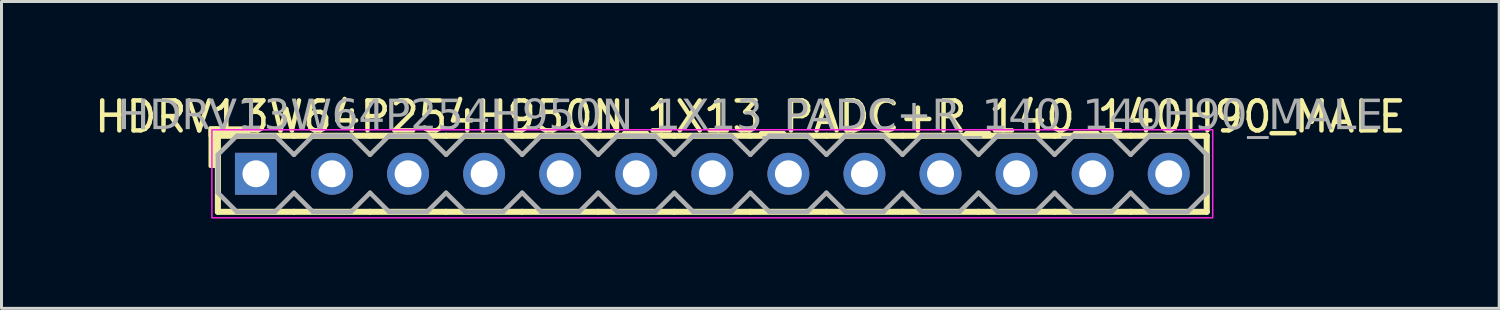
<source format=kicad_pcb>
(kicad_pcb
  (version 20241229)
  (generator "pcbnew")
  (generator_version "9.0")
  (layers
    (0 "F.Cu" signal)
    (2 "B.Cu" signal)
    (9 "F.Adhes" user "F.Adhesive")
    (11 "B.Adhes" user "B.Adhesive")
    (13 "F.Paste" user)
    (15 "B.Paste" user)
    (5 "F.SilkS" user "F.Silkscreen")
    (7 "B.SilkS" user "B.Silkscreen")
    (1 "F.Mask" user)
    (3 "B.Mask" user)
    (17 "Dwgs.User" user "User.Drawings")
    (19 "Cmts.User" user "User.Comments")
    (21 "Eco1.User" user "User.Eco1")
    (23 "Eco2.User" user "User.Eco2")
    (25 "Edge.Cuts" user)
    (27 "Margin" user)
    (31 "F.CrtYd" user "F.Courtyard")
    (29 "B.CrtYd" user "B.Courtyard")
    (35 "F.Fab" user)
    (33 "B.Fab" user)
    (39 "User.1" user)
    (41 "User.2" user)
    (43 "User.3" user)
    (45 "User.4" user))
  (footprint "HDRV13W64P254H950N_1X13_PADC+R_140_140H90_MALE"
    (layer "F.Cu")
    (at 20.736 2.753)
    (property "Reference" "HDRV13W64P254H950N_1X13_PADC+R_140_140H90_MALE" (at 1.27 -1.905 0) (layer "F.SilkS") (effects (font (size 1 1) (thickness 0.15))))
    (attr through_hole)
    (fp_line (start -16.51 1.27) (end -16.51 -1.27) (stroke (width 0.203) (type solid)) (layer "F.SilkS"))
    (fp_line (start -13.97 -1.27) (end -16.51 -1.27) (stroke (width 0.203) (type solid)) (layer "F.SilkS"))
    (fp_line (start -13.97 1.27) (end -16.51 1.27) (stroke (width 0.203) (type solid)) (layer "F.SilkS"))
    (fp_line (start -11.43 -1.27) (end -13.97 -1.27) (stroke (width 0.203) (type solid)) (layer "F.SilkS"))
    (fp_line (start -11.43 1.27) (end -13.97 1.27) (stroke (width 0.203) (type solid)) (layer "F.SilkS"))
    (fp_line (start -8.89 -1.27) (end -11.43 -1.27) (stroke (width 0.203) (type solid)) (layer "F.SilkS"))
    (fp_line (start -8.89 1.27) (end -11.43 1.27) (stroke (width 0.203) (type solid)) (layer "F.SilkS"))
    (fp_line (start -6.35 -1.27) (end -8.89 -1.27) (stroke (width 0.203) (type solid)) (layer "F.SilkS"))
    (fp_line (start -6.35 1.27) (end -8.89 1.27) (stroke (width 0.203) (type solid)) (layer "F.SilkS"))
    (fp_line (start -3.81 -1.27) (end -6.35 -1.27) (stroke (width 0.203) (type solid)) (layer "F.SilkS"))
    (fp_line (start -3.81 1.27) (end -6.35 1.27) (stroke (width 0.203) (type solid)) (layer "F.SilkS"))
    (fp_line (start -1.27 -1.27) (end -3.81 -1.27) (stroke (width 0.203) (type solid)) (layer "F.SilkS"))
    (fp_line (start -1.27 1.27) (end -3.81 1.27) (stroke (width 0.203) (type solid)) (layer "F.SilkS"))
    (fp_line (start 1.27 -1.27) (end -1.27 -1.27) (stroke (width 0.203) (type solid)) (layer "F.SilkS"))
    (fp_line (start 1.27 1.27) (end -1.27 1.27) (stroke (width 0.203) (type solid)) (layer "F.SilkS"))
    (fp_line (start 3.81 -1.27) (end 1.27 -1.27) (stroke (width 0.203) (type solid)) (layer "F.SilkS"))
    (fp_line (start 3.81 1.27) (end 1.27 1.27) (stroke (width 0.203) (type solid)) (layer "F.SilkS"))
    (fp_line (start 6.35 -1.27) (end 3.81 -1.27) (stroke (width 0.203) (type solid)) (layer "F.SilkS"))
    (fp_line (start 6.35 1.27) (end 3.81 1.27) (stroke (width 0.203) (type solid)) (layer "F.SilkS"))
    (fp_line (start 8.89 -1.27) (end 6.35 -1.27) (stroke (width 0.203) (type solid)) (layer "F.SilkS"))
    (fp_line (start 8.89 1.27) (end 6.35 1.27) (stroke (width 0.203) (type solid)) (layer "F.SilkS"))
    (fp_line (start 11.43 -1.27) (end 8.89 -1.27) (stroke (width 0.203) (type solid)) (layer "F.SilkS"))
    (fp_line (start 11.43 1.27) (end 8.89 1.27) (stroke (width 0.203) (type solid)) (layer "F.SilkS"))
    (fp_line (start 13.97 -1.27) (end 11.43 -1.27) (stroke (width 0.203) (type solid)) (layer "F.SilkS"))
    (fp_line (start 13.97 1.27) (end 11.43 1.27) (stroke (width 0.203) (type solid)) (layer "F.SilkS"))
    (fp_line (start 16.51 -1.27) (end 13.97 -1.27) (stroke (width 0.203) (type solid)) (layer "F.SilkS"))
    (fp_line (start 16.51 1.27) (end 13.97 1.27) (stroke (width 0.203) (type solid)) (layer "F.SilkS"))
    (fp_line (start 16.51 1.27) (end 16.51 -1.27) (stroke (width 0.203) (type solid)) (layer "F.SilkS"))
    (fp_rect (start -16.764 -0.254) (end -16.51 -1.524) (stroke (width 0.12) (type solid)) (fill yes) (layer "F.SilkS"))
    (fp_rect (start -15.494 -1.27) (end -16.764 -1.524) (stroke (width 0.12) (type solid)) (fill yes) (layer "F.SilkS"))
    (fp_rect (start -16.71 -1.47) (end 16.71 1.47) (stroke (width 0.05) (type default)) (fill no) (layer "F.CrtYd"))
    (fp_line (start -16.51 -0.635) (end -16.51 0.635) (stroke (width 0.152) (type solid)) (layer "F.Fab"))
    (fp_line (start -16.51 -0.635) (end -15.875 -1.27) (stroke (width 0.152) (type solid)) (layer "F.Fab"))
    (fp_line (start -15.875 -1.27) (end -14.605 -1.27) (stroke (width 0.152) (type solid)) (layer "F.Fab"))
    (fp_line (start -15.875 1.27) (end -16.51 0.635) (stroke (width 0.152) (type solid)) (layer "F.Fab"))
    (fp_line (start -14.605 -1.27) (end -13.97 -0.635) (stroke (width 0.152) (type solid)) (layer "F.Fab"))
    (fp_line (start -14.605 1.27) (end -15.875 1.27) (stroke (width 0.152) (type solid)) (layer "F.Fab"))
    (fp_line (start -13.97 -0.635) (end -13.335 -1.27) (stroke (width 0.152) (type solid)) (layer "F.Fab"))
    (fp_line (start -13.97 0.635) (end -14.605 1.27) (stroke (width 0.152) (type solid)) (layer "F.Fab"))
    (fp_line (start -13.335 -1.27) (end -12.065 -1.27) (stroke (width 0.152) (type solid)) (layer "F.Fab"))
    (fp_line (start -13.335 1.27) (end -13.97 0.635) (stroke (width 0.152) (type solid)) (layer "F.Fab"))
    (fp_line (start -12.065 -1.27) (end -11.43 -0.635) (stroke (width 0.152) (type solid)) (layer "F.Fab"))
    (fp_line (start -12.065 1.27) (end -13.335 1.27) (stroke (width 0.152) (type solid)) (layer "F.Fab"))
    (fp_line (start -11.43 -0.635) (end -10.795 -1.27) (stroke (width 0.152) (type solid)) (layer "F.Fab"))
    (fp_line (start -11.43 0.635) (end -12.065 1.27) (stroke (width 0.152) (type solid)) (layer "F.Fab"))
    (fp_line (start -10.795 -1.27) (end -9.525 -1.27) (stroke (width 0.152) (type solid)) (layer "F.Fab"))
    (fp_line (start -10.795 1.27) (end -11.43 0.635) (stroke (width 0.152) (type solid)) (layer "F.Fab"))
    (fp_line (start -9.525 -1.27) (end -8.89 -0.635) (stroke (width 0.152) (type solid)) (layer "F.Fab"))
    (fp_line (start -9.525 1.27) (end -10.795 1.27) (stroke (width 0.152) (type solid)) (layer "F.Fab"))
    (fp_line (start -8.89 -0.635) (end -8.255 -1.27) (stroke (width 0.152) (type solid)) (layer "F.Fab"))
    (fp_line (start -8.89 0.635) (end -9.525 1.27) (stroke (width 0.152) (type solid)) (layer "F.Fab"))
    (fp_line (start -8.255 -1.27) (end -6.985 -1.27) (stroke (width 0.152) (type solid)) (layer "F.Fab"))
    (fp_line (start -8.255 1.27) (end -8.89 0.635) (stroke (width 0.152) (type solid)) (layer "F.Fab"))
    (fp_line (start -6.985 -1.27) (end -6.35 -0.635) (stroke (width 0.152) (type solid)) (layer "F.Fab"))
    (fp_line (start -6.985 1.27) (end -8.255 1.27) (stroke (width 0.152) (type solid)) (layer "F.Fab"))
    (fp_line (start -6.35 -0.635) (end -5.715 -1.27) (stroke (width 0.152) (type solid)) (layer "F.Fab"))
    (fp_line (start -6.35 0.635) (end -6.985 1.27) (stroke (width 0.152) (type solid)) (layer "F.Fab"))
    (fp_line (start -5.715 -1.27) (end -4.445 -1.27) (stroke (width 0.152) (type solid)) (layer "F.Fab"))
    (fp_line (start -5.715 1.27) (end -6.35 0.635) (stroke (width 0.152) (type solid)) (layer "F.Fab"))
    (fp_line (start -4.445 -1.27) (end -3.81 -0.635) (stroke (width 0.152) (type solid)) (layer "F.Fab"))
    (fp_line (start -4.445 1.27) (end -5.715 1.27) (stroke (width 0.152) (type solid)) (layer "F.Fab"))
    (fp_line (start -3.81 -0.635) (end -3.175 -1.27) (stroke (width 0.152) (type solid)) (layer "F.Fab"))
    (fp_line (start -3.81 0.635) (end -4.445 1.27) (stroke (width 0.152) (type solid)) (layer "F.Fab"))
    (fp_line (start -3.175 -1.27) (end -1.905 -1.27) (stroke (width 0.152) (type solid)) (layer "F.Fab"))
    (fp_line (start -3.175 1.27) (end -3.81 0.635) (stroke (width 0.152) (type solid)) (layer "F.Fab"))
    (fp_line (start -1.905 -1.27) (end -1.27 -0.635) (stroke (width 0.152) (type solid)) (layer "F.Fab"))
    (fp_line (start -1.905 1.27) (end -3.175 1.27) (stroke (width 0.152) (type solid)) (layer "F.Fab"))
    (fp_line (start -1.27 -0.635) (end -0.635 -1.27) (stroke (width 0.152) (type solid)) (layer "F.Fab"))
    (fp_line (start -1.27 0.635) (end -1.905 1.27) (stroke (width 0.152) (type solid)) (layer "F.Fab"))
    (fp_line (start -0.635 -1.27) (end 0.635 -1.27) (stroke (width 0.152) (type solid)) (layer "F.Fab"))
    (fp_line (start -0.635 1.27) (end -1.27 0.635) (stroke (width 0.152) (type solid)) (layer "F.Fab"))
    (fp_line (start 0.635 -1.27) (end 1.27 -0.635) (stroke (width 0.152) (type solid)) (layer "F.Fab"))
    (fp_line (start 0.635 1.27) (end -0.635 1.27) (stroke (width 0.152) (type solid)) (layer "F.Fab"))
    (fp_line (start 1.27 -0.635) (end 1.905 -1.27) (stroke (width 0.152) (type solid)) (layer "F.Fab"))
    (fp_line (start 1.27 0.635) (end 0.635 1.27) (stroke (width 0.152) (type solid)) (layer "F.Fab"))
    (fp_line (start 1.905 -1.27) (end 3.175 -1.27) (stroke (width 0.152) (type solid)) (layer "F.Fab"))
    (fp_line (start 1.905 1.27) (end 1.27 0.635) (stroke (width 0.152) (type solid)) (layer "F.Fab"))
    (fp_line (start 3.175 -1.27) (end 3.81 -0.635) (stroke (width 0.152) (type solid)) (layer "F.Fab"))
    (fp_line (start 3.175 1.27) (end 1.905 1.27) (stroke (width 0.152) (type solid)) (layer "F.Fab"))
    (fp_line (start 3.81 -0.635) (end 4.445 -1.27) (stroke (width 0.152) (type solid)) (layer "F.Fab"))
    (fp_line (start 3.81 0.635) (end 3.175 1.27) (stroke (width 0.152) (type solid)) (layer "F.Fab"))
    (fp_line (start 4.445 -1.27) (end 5.715 -1.27) (stroke (width 0.152) (type solid)) (layer "F.Fab"))
    (fp_line (start 4.445 1.27) (end 3.81 0.635) (stroke (width 0.152) (type solid)) (layer "F.Fab"))
    (fp_line (start 5.715 -1.27) (end 6.35 -0.635) (stroke (width 0.152) (type solid)) (layer "F.Fab"))
    (fp_line (start 5.715 1.27) (end 4.445 1.27) (stroke (width 0.152) (type solid)) (layer "F.Fab"))
    (fp_line (start 6.35 -0.635) (end 6.985 -1.27) (stroke (width 0.152) (type solid)) (layer "F.Fab"))
    (fp_line (start 6.35 0.635) (end 5.715 1.27) (stroke (width 0.152) (type solid)) (layer "F.Fab"))
    (fp_line (start 6.985 -1.27) (end 8.255 -1.27) (stroke (width 0.152) (type solid)) (layer "F.Fab"))
    (fp_line (start 6.985 1.27) (end 6.35 0.635) (stroke (width 0.152) (type solid)) (layer "F.Fab"))
    (fp_line (start 8.255 -1.27) (end 8.89 -0.635) (stroke (width 0.152) (type solid)) (layer "F.Fab"))
    (fp_line (start 8.255 1.27) (end 6.985 1.27) (stroke (width 0.152) (type solid)) (layer "F.Fab"))
    (fp_line (start 8.89 -0.635) (end 9.525 -1.27) (stroke (width 0.152) (type solid)) (layer "F.Fab"))
    (fp_line (start 8.89 0.635) (end 8.255 1.27) (stroke (width 0.152) (type solid)) (layer "F.Fab"))
    (fp_line (start 9.525 -1.27) (end 10.795 -1.27) (stroke (width 0.152) (type solid)) (layer "F.Fab"))
    (fp_line (start 9.525 1.27) (end 8.89 0.635) (stroke (width 0.152) (type solid)) (layer "F.Fab"))
    (fp_line (start 10.795 -1.27) (end 11.43 -0.635) (stroke (width 0.152) (type solid)) (layer "F.Fab"))
    (fp_line (start 10.795 1.27) (end 9.525 1.27) (stroke (width 0.152) (type solid)) (layer "F.Fab"))
    (fp_line (start 11.43 -0.635) (end 12.065 -1.27) (stroke (width 0.152) (type solid)) (layer "F.Fab"))
    (fp_line (start 11.43 0.635) (end 10.795 1.27) (stroke (width 0.152) (type solid)) (layer "F.Fab"))
    (fp_line (start 12.065 -1.27) (end 13.335 -1.27) (stroke (width 0.152) (type solid)) (layer "F.Fab"))
    (fp_line (start 12.065 1.27) (end 11.43 0.635) (stroke (width 0.152) (type solid)) (layer "F.Fab"))
    (fp_line (start 13.335 -1.27) (end 13.97 -0.635) (stroke (width 0.152) (type solid)) (layer "F.Fab"))
    (fp_line (start 13.335 1.27) (end 12.065 1.27) (stroke (width 0.152) (type solid)) (layer "F.Fab"))
    (fp_line (start 13.97 -0.635) (end 14.605 -1.27) (stroke (width 0.152) (type solid)) (layer "F.Fab"))
    (fp_line (start 13.97 0.635) (end 13.335 1.27) (stroke (width 0.152) (type solid)) (layer "F.Fab"))
    (fp_line (start 14.605 -1.27) (end 15.875 -1.27) (stroke (width 0.152) (type solid)) (layer "F.Fab"))
    (fp_line (start 14.605 1.27) (end 13.97 0.635) (stroke (width 0.152) (type solid)) (layer "F.Fab"))
    (fp_line (start 15.875 -1.27) (end 16.51 -0.635) (stroke (width 0.152) (type solid)) (layer "F.Fab"))
    (fp_line (start 15.875 1.27) (end 14.605 1.27) (stroke (width 0.152) (type solid)) (layer "F.Fab"))
    (fp_line (start 16.51 -0.635) (end 16.51 0.635) (stroke (width 0.152) (type solid)) (layer "F.Fab"))
    (fp_line (start 16.51 0.635) (end 15.875 1.27) (stroke (width 0.152) (type solid)) (layer "F.Fab"))
    (fp_rect (start -14.986 -0.254) (end -15.494 0.254) (stroke (width 0.152) (type solid)) (fill no) (layer "F.Fab"))
    (fp_rect (start -12.446 -0.254) (end -12.954 0.254) (stroke (width 0.152) (type solid)) (fill no) (layer "F.Fab"))
    (fp_rect (start -9.906 -0.254) (end -10.414 0.254) (stroke (width 0.152) (type solid)) (fill no) (layer "F.Fab"))
    (fp_rect (start -7.366 -0.254) (end -7.874 0.254) (stroke (width 0.152) (type solid)) (fill no) (layer "F.Fab"))
    (fp_rect (start -4.826 -0.254) (end -5.334 0.254) (stroke (width 0.152) (type solid)) (fill no) (layer "F.Fab"))
    (fp_rect (start -2.286 -0.254) (end -2.794 0.254) (stroke (width 0.152) (type solid)) (fill no) (layer "F.Fab"))
    (fp_rect (start 0.254 -0.254) (end -0.254 0.254) (stroke (width 0.152) (type solid)) (fill no) (layer "F.Fab"))
    (fp_rect (start 2.794 -0.254) (end 2.286 0.254) (stroke (width 0.152) (type solid)) (fill no) (layer "F.Fab"))
    (fp_rect (start 5.334 -0.254) (end 4.826 0.254) (stroke (width 0.152) (type solid)) (fill no) (layer "F.Fab"))
    (fp_rect (start 7.874 -0.254) (end 7.366 0.254) (stroke (width 0.152) (type solid)) (fill no) (layer "F.Fab"))
    (fp_rect (start 10.414 -0.254) (end 9.906 0.254) (stroke (width 0.152) (type solid)) (fill no) (layer "F.Fab"))
    (fp_rect (start 12.954 -0.254) (end 12.446 0.254) (stroke (width 0.152) (type solid)) (fill no) (layer "F.Fab"))
    (fp_rect (start 15.494 -0.254) (end 14.986 0.254) (stroke (width 0.152) (type solid)) (fill no) (layer "F.Fab"))
    (fp_text user "${REFERENCE}" (at 1.27 -1.905 0) (layer "F.Fab") (effects (font (face "Tahoma") (size 1 1) (thickness 0.15))))
    (pad "1" thru_hole rect (at -15.24 0) (size 1.4 1.4) (drill 0.9) (layers "*.Cu" "*.Mask"))
    (pad "2" thru_hole circle (at -12.7 0) (size 1.4 1.4) (drill 0.9) (layers "*.Cu" "*.Mask"))
    (pad "3" thru_hole circle (at -10.16 0) (size 1.4 1.4) (drill 0.9) (layers "*.Cu" "*.Mask"))
    (pad "4" thru_hole circle (at -7.62 0) (size 1.4 1.4) (drill 0.9) (layers "*.Cu" "*.Mask"))
    (pad "5" thru_hole circle (at -5.08 0) (size 1.4 1.4) (drill 0.9) (layers "*.Cu" "*.Mask"))
    (pad "6" thru_hole circle (at -2.54 0) (size 1.4 1.4) (drill 0.9) (layers "*.Cu" "*.Mask"))
    (pad "7" thru_hole circle (at 0 0) (size 1.4 1.4) (drill 0.9) (layers "*.Cu" "*.Mask"))
    (pad "8" thru_hole circle (at 2.54 0) (size 1.4 1.4) (drill 0.9) (layers "*.Cu" "*.Mask"))
    (pad "9" thru_hole circle (at 5.08 0) (size 1.4 1.4) (drill 0.9) (layers "*.Cu" "*.Mask"))
    (pad "10" thru_hole circle (at 7.62 0) (size 1.4 1.4) (drill 0.9) (layers "*.Cu" "*.Mask"))
    (pad "11" thru_hole circle (at 10.16 0) (size 1.4 1.4) (drill 0.9) (layers "*.Cu" "*.Mask"))
    (pad "12" thru_hole circle (at 12.7 0) (size 1.4 1.4) (drill 0.9) (layers "*.Cu" "*.Mask"))
    (pad "13" thru_hole circle (at 15.24 0) (size 1.4 1.4) (drill 0.9) (layers "*.Cu" "*.Mask")))
  (gr_rect
    (start -3 -3)
    (end 47.012 7.248)
    (stroke (width 0.1) (type default))
    (fill no)
    (layer "Edge.Cuts")))
</source>
